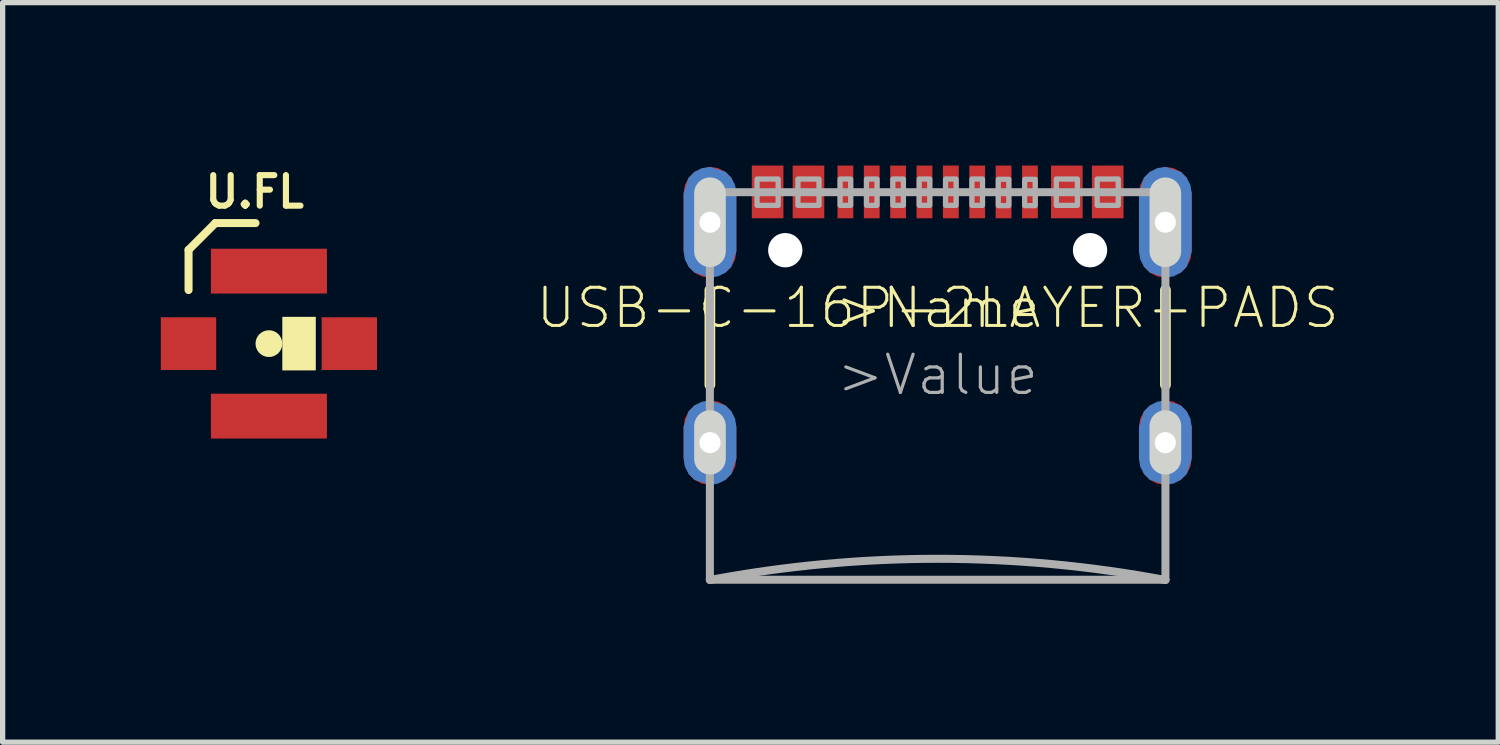
<source format=kicad_pcb>
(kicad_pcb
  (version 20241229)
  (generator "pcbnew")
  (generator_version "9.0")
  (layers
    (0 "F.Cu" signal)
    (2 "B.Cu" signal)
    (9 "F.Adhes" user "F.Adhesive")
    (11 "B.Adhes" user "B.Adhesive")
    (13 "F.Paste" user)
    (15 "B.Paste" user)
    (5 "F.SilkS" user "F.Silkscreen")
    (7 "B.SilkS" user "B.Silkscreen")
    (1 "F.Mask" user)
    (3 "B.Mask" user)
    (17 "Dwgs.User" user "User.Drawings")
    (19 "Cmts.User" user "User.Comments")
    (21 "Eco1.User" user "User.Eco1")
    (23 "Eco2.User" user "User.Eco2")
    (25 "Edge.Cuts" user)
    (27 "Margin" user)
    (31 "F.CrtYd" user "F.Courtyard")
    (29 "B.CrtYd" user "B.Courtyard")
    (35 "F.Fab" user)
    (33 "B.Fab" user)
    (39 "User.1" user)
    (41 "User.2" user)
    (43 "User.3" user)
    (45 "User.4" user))
  (footprint "USB-C-16P-2LAYER-PADS"
    (layer "F.Cu")
    (at 14.733 0.25)
    (property "Reference" "USB-C-16P-2LAYER-PADS" (at 0 2.54 180) (layer "F.SilkS") (effects (font (size 0.724 0.724) (thickness 0.058))))
    (attr through_hole)
    (fp_poly (pts (xy -4.318 5.895) (xy -4.473 5.871) (xy -4.612 5.8) (xy -4.723 5.689) (xy -4.818 5.395) (xy -4.818 4.795) (xy -4.794 4.64) (xy -4.723 4.501) (xy -4.612 4.39) (xy -4.318 4.295) (xy -4.163 4.319) (xy -4.024 4.39) (xy -3.913 4.501) (xy -3.818 4.795) (xy -3.818 5.395) (xy -3.842 5.55) (xy -3.913 5.689) (xy -4.024 5.8)) (stroke (width 0) (type solid)) (fill yes) (layer "F.Cu"))
    (fp_poly (pts (xy -3.818 0.365) (xy -3.818 1.465) (xy -3.842 1.62) (xy -3.913 1.759) (xy -4.024 1.87) (xy -4.318 1.965) (xy -4.473 1.941) (xy -4.612 1.87) (xy -4.723 1.759) (xy -4.818 1.465) (xy -4.818 0.365) (xy -4.794 0.21) (xy -4.723 0.071) (xy -4.612 -0.04) (xy -4.318 -0.135) (xy -4.163 -0.111) (xy -4.024 -0.04) (xy -3.913 0.071)) (stroke (width 0) (type solid)) (fill yes) (layer "F.Cu"))
    (fp_poly (pts (xy 4.818 0.365) (xy 4.818 1.465) (xy 4.794 1.62) (xy 4.723 1.759) (xy 4.612 1.87) (xy 4.318 1.965) (xy 4.163 1.941) (xy 4.024 1.87) (xy 3.913 1.759) (xy 3.818 1.465) (xy 3.818 0.365) (xy 3.842 0.21) (xy 3.913 0.071) (xy 4.024 -0.04) (xy 4.318 -0.135) (xy 4.473 -0.111) (xy 4.612 -0.04) (xy 4.723 0.071)) (stroke (width 0) (type solid)) (fill yes) (layer "F.Cu"))
    (fp_poly (pts (xy 4.818 4.795) (xy 4.818 5.395) (xy 4.794 5.55) (xy 4.723 5.689) (xy 4.612 5.8) (xy 4.318 5.895) (xy 4.163 5.871) (xy 4.024 5.8) (xy 3.913 5.689) (xy 3.818 5.395) (xy 3.818 4.795) (xy 3.842 4.64) (xy 3.913 4.501) (xy 4.024 4.39) (xy 4.318 4.295) (xy 4.473 4.319) (xy 4.612 4.39) (xy 4.723 4.501)) (stroke (width 0) (type solid)) (fill yes) (layer "F.Cu"))
    (fp_poly (pts (xy -4.92 1.52) (xy -4.92 0.32) (xy -4.885 0.143) (xy -4.796 -0.015) (xy -4.664 -0.138) (xy -4.32 -0.235) (xy -4.14 -0.214) (xy -3.976 -0.138) (xy -3.844 -0.015) (xy -3.755 0.143) (xy -3.72 0.32) (xy -3.72 1.52) (xy -3.757 1.696) (xy -3.846 1.851) (xy -3.978 1.972) (xy -4.32 2.065) (xy -4.498 2.045) (xy -4.662 1.972) (xy -4.794 1.851)) (stroke (width 0) (type solid)) (fill yes) (layer "F.Mask"))
    (fp_poly (pts (xy -4.92 5.4) (xy -4.92 4.8) (xy -4.891 4.614) (xy -4.806 4.445) (xy -4.674 4.312) (xy -4.506 4.225) (xy -4.32 4.195) (xy -4.134 4.225) (xy -3.966 4.312) (xy -3.834 4.445) (xy -3.72 4.8) (xy -3.72 5.4) (xy -3.75 5.585) (xy -3.836 5.751) (xy -3.968 5.882) (xy -4.32 5.995) (xy -4.505 5.967) (xy -4.672 5.882) (xy -4.804 5.751)) (stroke (width 0) (type solid)) (fill yes) (layer "F.Mask"))
    (fp_poly (pts (xy 3.72 1.52) (xy 3.72 0.32) (xy 3.755 0.143) (xy 3.844 -0.015) (xy 3.976 -0.138) (xy 4.32 -0.235) (xy 4.5 -0.214) (xy 4.664 -0.138) (xy 4.796 -0.015) (xy 4.885 0.143) (xy 4.92 0.32) (xy 4.92 1.52) (xy 4.883 1.696) (xy 4.794 1.851) (xy 4.662 1.972) (xy 4.32 2.065) (xy 4.142 2.045) (xy 3.978 1.972) (xy 3.846 1.851)) (stroke (width 0) (type solid)) (fill yes) (layer "F.Mask"))
    (fp_poly (pts (xy 3.72 5.4) (xy 3.72 4.8) (xy 3.749 4.614) (xy 3.834 4.445) (xy 3.966 4.312) (xy 4.134 4.225) (xy 4.32 4.195) (xy 4.506 4.225) (xy 4.674 4.312) (xy 4.806 4.445) (xy 4.92 4.8) (xy 4.92 5.4) (xy 4.89 5.585) (xy 4.804 5.751) (xy 4.672 5.882) (xy 4.32 5.995) (xy 4.135 5.967) (xy 3.968 5.882) (xy 3.836 5.751)) (stroke (width 0) (type solid)) (fill yes) (layer "F.Mask"))
    (fp_poly (pts (xy -4.818 0.365) (xy -4.818 1.465) (xy -4.794 1.62) (xy -4.723 1.759) (xy -4.612 1.87) (xy -4.318 1.965) (xy -4.163 1.941) (xy -4.024 1.87) (xy -3.913 1.759) (xy -3.818 1.465) (xy -3.818 0.365) (xy -3.842 0.21) (xy -3.913 0.071) (xy -4.024 -0.04) (xy -4.318 -0.135) (xy -4.473 -0.111) (xy -4.612 -0.04) (xy -4.723 0.071)) (stroke (width 0) (type solid)) (fill yes) (layer "B.Cu"))
    (fp_poly (pts (xy -4.818 4.795) (xy -4.818 5.395) (xy -4.794 5.55) (xy -4.723 5.689) (xy -4.612 5.8) (xy -4.318 5.895) (xy -4.163 5.871) (xy -4.024 5.8) (xy -3.913 5.689) (xy -3.818 5.395) (xy -3.818 4.795) (xy -3.842 4.64) (xy -3.913 4.501) (xy -4.024 4.39) (xy -4.318 4.295) (xy -4.473 4.319) (xy -4.612 4.39) (xy -4.723 4.501)) (stroke (width 0) (type solid)) (fill yes) (layer "B.Cu"))
    (fp_poly (pts (xy 3.818 0.365) (xy 3.818 1.465) (xy 3.842 1.62) (xy 3.913 1.759) (xy 4.024 1.87) (xy 4.318 1.965) (xy 4.473 1.941) (xy 4.612 1.87) (xy 4.723 1.759) (xy 4.818 1.465) (xy 4.818 0.365) (xy 4.794 0.21) (xy 4.723 0.071) (xy 4.612 -0.04) (xy 4.318 -0.135) (xy 4.163 -0.111) (xy 4.024 -0.04) (xy 3.913 0.071)) (stroke (width 0) (type solid)) (fill yes) (layer "B.Cu"))
    (fp_poly (pts (xy 4.318 5.895) (xy 4.473 5.871) (xy 4.612 5.8) (xy 4.723 5.689) (xy 4.818 5.395) (xy 4.818 4.795) (xy 4.794 4.64) (xy 4.723 4.501) (xy 4.612 4.39) (xy 4.318 4.295) (xy 4.163 4.319) (xy 4.024 4.39) (xy 3.913 4.501) (xy 3.818 4.795) (xy 3.818 5.395) (xy 3.842 5.55) (xy 3.913 5.689) (xy 4.024 5.8)) (stroke (width 0) (type solid)) (fill yes) (layer "B.Cu"))
    (fp_line (start -4.32 2.2) (end -4.32 4) (stroke (width 0.203) (type solid)) (layer "F.SilkS"))
    (fp_line (start 4.32 2.2) (end 4.32 4) (stroke (width 0.203) (type solid)) (layer "F.SilkS"))
    (fp_poly (pts (xy -4.82 1.52) (xy -4.82 0.32) (xy -4.784 0.14) (xy -4.682 -0.012) (xy -4.35 -0.15) (xy -4.194 -0.135) (xy -4.05 -0.072) (xy -3.933 0.032) (xy -3.82 0.32) (xy -3.82 1.52) (xy -3.876 1.7) (xy -3.996 1.845) (xy -4.35 1.95) (xy -4.524 1.923) (xy -4.674 1.832)) (stroke (width 0) (type solid)) (fill yes) (layer "F.Paste"))
    (fp_poly (pts (xy -4.82 5.4) (xy -4.82 4.8) (xy -4.792 4.643) (xy -4.717 4.502) (xy -4.602 4.392) (xy -4.3 4.3) (xy -4.113 4.341) (xy -3.956 4.451) (xy -3.82 4.8) (xy -3.82 5.4) (xy -3.853 5.588) (xy -3.956 5.749) (xy -4.3 5.9) (xy -4.458 5.878) (xy -4.602 5.808) (xy -4.717 5.698)) (stroke (width 0) (type solid)) (fill yes) (layer "F.Paste"))
    (fp_poly (pts (xy 3.82 1.57) (xy 3.82 0.37) (xy 3.838 0.215) (xy 3.904 0.072) (xy 4.01 -0.043) (xy 4.146 -0.119) (xy 4.3 -0.15) (xy 4.454 -0.133) (xy 4.596 -0.07) (xy 4.711 0.034) (xy 4.82 0.32) (xy 4.82 1.52) (xy 4.767 1.698) (xy 4.649 1.843) (xy 4.3 1.95) (xy 4.132 1.936) (xy 3.981 1.859)) (stroke (width 0) (type solid)) (fill yes) (layer "F.Paste"))
    (fp_poly (pts (xy 3.82 5.45) (xy 3.82 4.85) (xy 3.834 4.689) (xy 3.898 4.541) (xy 4.004 4.419) (xy 4.3 4.3) (xy 4.458 4.322) (xy 4.602 4.392) (xy 4.717 4.502) (xy 4.82 4.8) (xy 4.82 5.4) (xy 4.789 5.587) (xy 4.689 5.747) (xy 4.35 5.9) (xy 4.197 5.888) (xy 4.054 5.83) (xy 3.937 5.73)) (stroke (width 0) (type solid)) (fill yes) (layer "F.Paste"))
    (fp_line (start -4.318 0.365) (end -4.318 1.465) (stroke (width 0.6) (type solid)) (layer "Edge.Cuts"))
    (fp_line (start -4.318 4.78) (end -4.318 5.4) (stroke (width 0.6) (type solid)) (layer "Edge.Cuts"))
    (fp_line (start 4.318 0.365) (end 4.318 1.465) (stroke (width 0.6) (type solid)) (layer "Edge.Cuts"))
    (fp_line (start 4.318 4.78) (end 4.318 5.4) (stroke (width 0.6) (type solid)) (layer "Edge.Cuts"))
    (fp_line (start -4.32 0.345) (end -4.32 1.965) (stroke (width 0.01) (type solid)) (layer "F.Fab"))
    (fp_line (start -4.32 0.345) (end 4.32 0.345) (stroke (width 0.152) (type solid)) (layer "F.Fab"))
    (fp_line (start -4.32 4.295) (end -4.32 5.895) (stroke (width 0.01) (type solid)) (layer "F.Fab"))
    (fp_line (start -4.32 7.695) (end -4.32 0.345) (stroke (width 0.152) (type solid)) (layer "F.Fab"))
    (fp_line (start -4.32 7.695) (end 4.32 7.695) (stroke (width 0.152) (type solid)) (layer "F.Fab"))
    (fp_line (start 4.32 0.345) (end 4.32 1.965) (stroke (width 0.01) (type solid)) (layer "F.Fab"))
    (fp_line (start 4.32 0.345) (end 4.32 7.695) (stroke (width 0.152) (type solid)) (layer "F.Fab"))
    (fp_line (start 4.32 4.295) (end 4.32 5.895) (stroke (width 0.01) (type solid)) (layer "F.Fab"))
    (fp_arc (start -4.32 7.7) (mid 0 7.297675) (end 4.32 7.7) (stroke (width 0.1524) (type solid)) (layer "F.Fab"))
    (fp_poly (pts (xy -3.425 0.595) (xy -3.025 0.595) (xy -3.025 0.095) (xy -3.425 0.095)) (stroke (width 0.1) (type solid)) (fill no) (layer "F.Fab"))
    (fp_poly (pts (xy -2.65 0.595) (xy -2.25 0.595) (xy -2.25 0.095) (xy -2.65 0.095)) (stroke (width 0.1) (type solid)) (fill no) (layer "F.Fab"))
    (fp_poly (pts (xy -1.85 0.595) (xy -1.65 0.595) (xy -1.65 0.095) (xy -1.85 0.095)) (stroke (width 0.1) (type solid)) (fill no) (layer "F.Fab"))
    (fp_poly (pts (xy -1.35 0.595) (xy -1.15 0.595) (xy -1.15 0.095) (xy -1.35 0.095)) (stroke (width 0.1) (type solid)) (fill no) (layer "F.Fab"))
    (fp_poly (pts (xy -0.85 0.595) (xy -0.65 0.595) (xy -0.65 0.095) (xy -0.85 0.095)) (stroke (width 0.1) (type solid)) (fill no) (layer "F.Fab"))
    (fp_poly (pts (xy -0.35 0.595) (xy -0.15 0.595) (xy -0.15 0.095) (xy -0.35 0.095)) (stroke (width 0.1) (type solid)) (fill no) (layer "F.Fab"))
    (fp_poly (pts (xy 0.15 0.595) (xy 0.35 0.595) (xy 0.35 0.095) (xy 0.15 0.095)) (stroke (width 0.1) (type solid)) (fill no) (layer "F.Fab"))
    (fp_poly (pts (xy 0.65 0.595) (xy 0.85 0.595) (xy 0.85 0.095) (xy 0.65 0.095)) (stroke (width 0.1) (type solid)) (fill no) (layer "F.Fab"))
    (fp_poly (pts (xy 1.15 0.6) (xy 1.35 0.6) (xy 1.35 0.1) (xy 1.15 0.1)) (stroke (width 0.1) (type solid)) (fill no) (layer "F.Fab"))
    (fp_poly (pts (xy 1.65 0.6) (xy 1.85 0.6) (xy 1.85 0.1) (xy 1.65 0.1)) (stroke (width 0.1) (type solid)) (fill no) (layer "F.Fab"))
    (fp_poly (pts (xy 2.25 0.595) (xy 2.65 0.595) (xy 2.65 0.095) (xy 2.25 0.095)) (stroke (width 0.1) (type solid)) (fill no) (layer "F.Fab"))
    (fp_poly (pts (xy 3.025 0.595) (xy 3.425 0.595) (xy 3.425 0.095) (xy 3.025 0.095)) (stroke (width 0.1) (type solid)) (fill no) (layer "F.Fab"))
    (fp_text user ">Name" (at 0 2.54 0) (layer "F.SilkS") (effects (font (size 0.724 0.724) (thickness 0.061))))
    (fp_text user ">Value" (at 0 3.81 0) (layer "F.Fab") (effects (font (size 0.724 0.724) (thickness 0.061))))
    (pad "" np_thru_hole circle (at -2.89 1.445) (size 0.65 0.65) (drill 0.65) (layers "*.Cu" "*.Mask"))
    (pad "" np_thru_hole circle (at 2.89 1.445) (size 0.65 0.65) (drill 0.65) (layers "*.Cu" "*.Mask"))
    (pad "A5" smd rect (at -1.25 0.34 180) (size 0.3 1) (layers "F.Cu" "F.Mask" "F.Paste"))
    (pad "A6" smd rect (at -0.25 0.34 180) (size 0.3 1) (layers "F.Cu" "F.Mask" "F.Paste"))
    (pad "A7" smd rect (at 0.25 0.34) (size 0.3 1) (layers "F.Cu" "F.Mask" "F.Paste"))
    (pad "A8" smd rect (at 1.25 0.34) (size 0.3 1) (layers "F.Cu" "F.Mask" "F.Paste"))
    (pad "B5" smd rect (at 1.75 0.34) (size 0.3 1) (layers "F.Cu" "F.Mask" "F.Paste"))
    (pad "B6" smd rect (at 0.75 0.34) (size 0.3 1) (layers "F.Cu" "F.Mask" "F.Paste"))
    (pad "B7" smd rect (at -0.75 0.34 180) (size 0.3 1) (layers "F.Cu" "F.Mask" "F.Paste"))
    (pad "B8" smd rect (at -1.75 0.34 180) (size 0.3 1) (layers "F.Cu" "F.Mask" "F.Paste"))
    (pad "GND" smd rect (at -3.225 0.34 180) (size 0.6 1) (layers "F.Cu" "F.Mask" "F.Paste"))
    (pad "GND2" smd rect (at 3.225 0.34) (size 0.6 1) (layers "F.Cu" "F.Mask" "F.Paste"))
    (pad "SHLD1" thru_hole oval (at -4.318 0.915 90) (size 1.2 0.6) (drill 0.4) (layers "*.Cu" "*.Mask"))
    (pad "SHLD2" thru_hole oval (at 4.318 0.915 90) (size 1.2 0.6) (drill 0.4) (layers "*.Cu" "*.Mask"))
    (pad "SHLD3" thru_hole oval (at -4.318 5.095 90) (size 1.2 0.6) (drill 0.4) (layers "*.Cu" "*.Mask"))
    (pad "SHLD4" thru_hole oval (at 4.318 5.095 90) (size 1.2 0.6) (drill 0.4) (layers "*.Cu" "*.Mask"))
    (pad "VBUS1" smd rect (at -2.45 0.34 180) (size 0.6 1) (layers "F.Cu" "F.Mask" "F.Paste"))
    (pad "VBUS2" smd rect (at 2.45 0.34) (size 0.6 1) (layers "F.Cu" "F.Mask" "F.Paste")))
  (footprint "U.FL"
    (layer "F.Cu")
    (at 2.05 3.467)
    (property "Reference" "U.FL" (at -1.27 -2.54 0) (layer "F.SilkS") (effects (font (size 0.579 0.579) (thickness 0.116)) (justify left bottom)))
    (attr through_hole)
    (fp_line (start -1.524 -1.778) (end -1.016 -2.286) (stroke (width 0.152) (type solid)) (layer "F.SilkS"))
    (fp_line (start -1.524 -1.016) (end -1.524 -1.778) (stroke (width 0.152) (type solid)) (layer "F.SilkS"))
    (fp_line (start -1.016 -2.286) (end -0.254 -2.286) (stroke (width 0.152) (type solid)) (layer "F.SilkS"))
    (fp_circle (center 0 0) (end 0.127 0) (stroke (width 0.254) (type solid)) (fill no) (layer "F.SilkS"))
    (fp_poly (pts (xy 0.889 0.508) (xy 0.889 -0.508) (xy 0.254 -0.508) (xy 0.254 0.508)) (stroke (width 0) (type solid)) (fill yes) (layer "F.SilkS"))
    (pad "1" smd rect (at 0 -1.375) (size 2.2 0.85) (layers "F.Cu" "F.Mask" "F.Paste"))
    (pad "2" smd rect (at 0 1.375) (size 2.2 0.85) (layers "F.Cu" "F.Mask" "F.Paste"))
    (pad "FEED" smd rect (at 1.525 0) (size 1.05 1) (layers "F.Cu" "F.Mask" "F.Paste"))
    (pad "NC" smd rect (at -1.525 0) (size 1.05 1) (layers "F.Cu" "F.Mask" "F.Paste")))
  (gr_rect
    (start -3 -3)
    (end 25.365 11.026)
    (stroke (width 0.1) (type default))
    (fill no)
    (layer "Edge.Cuts")))
</source>
